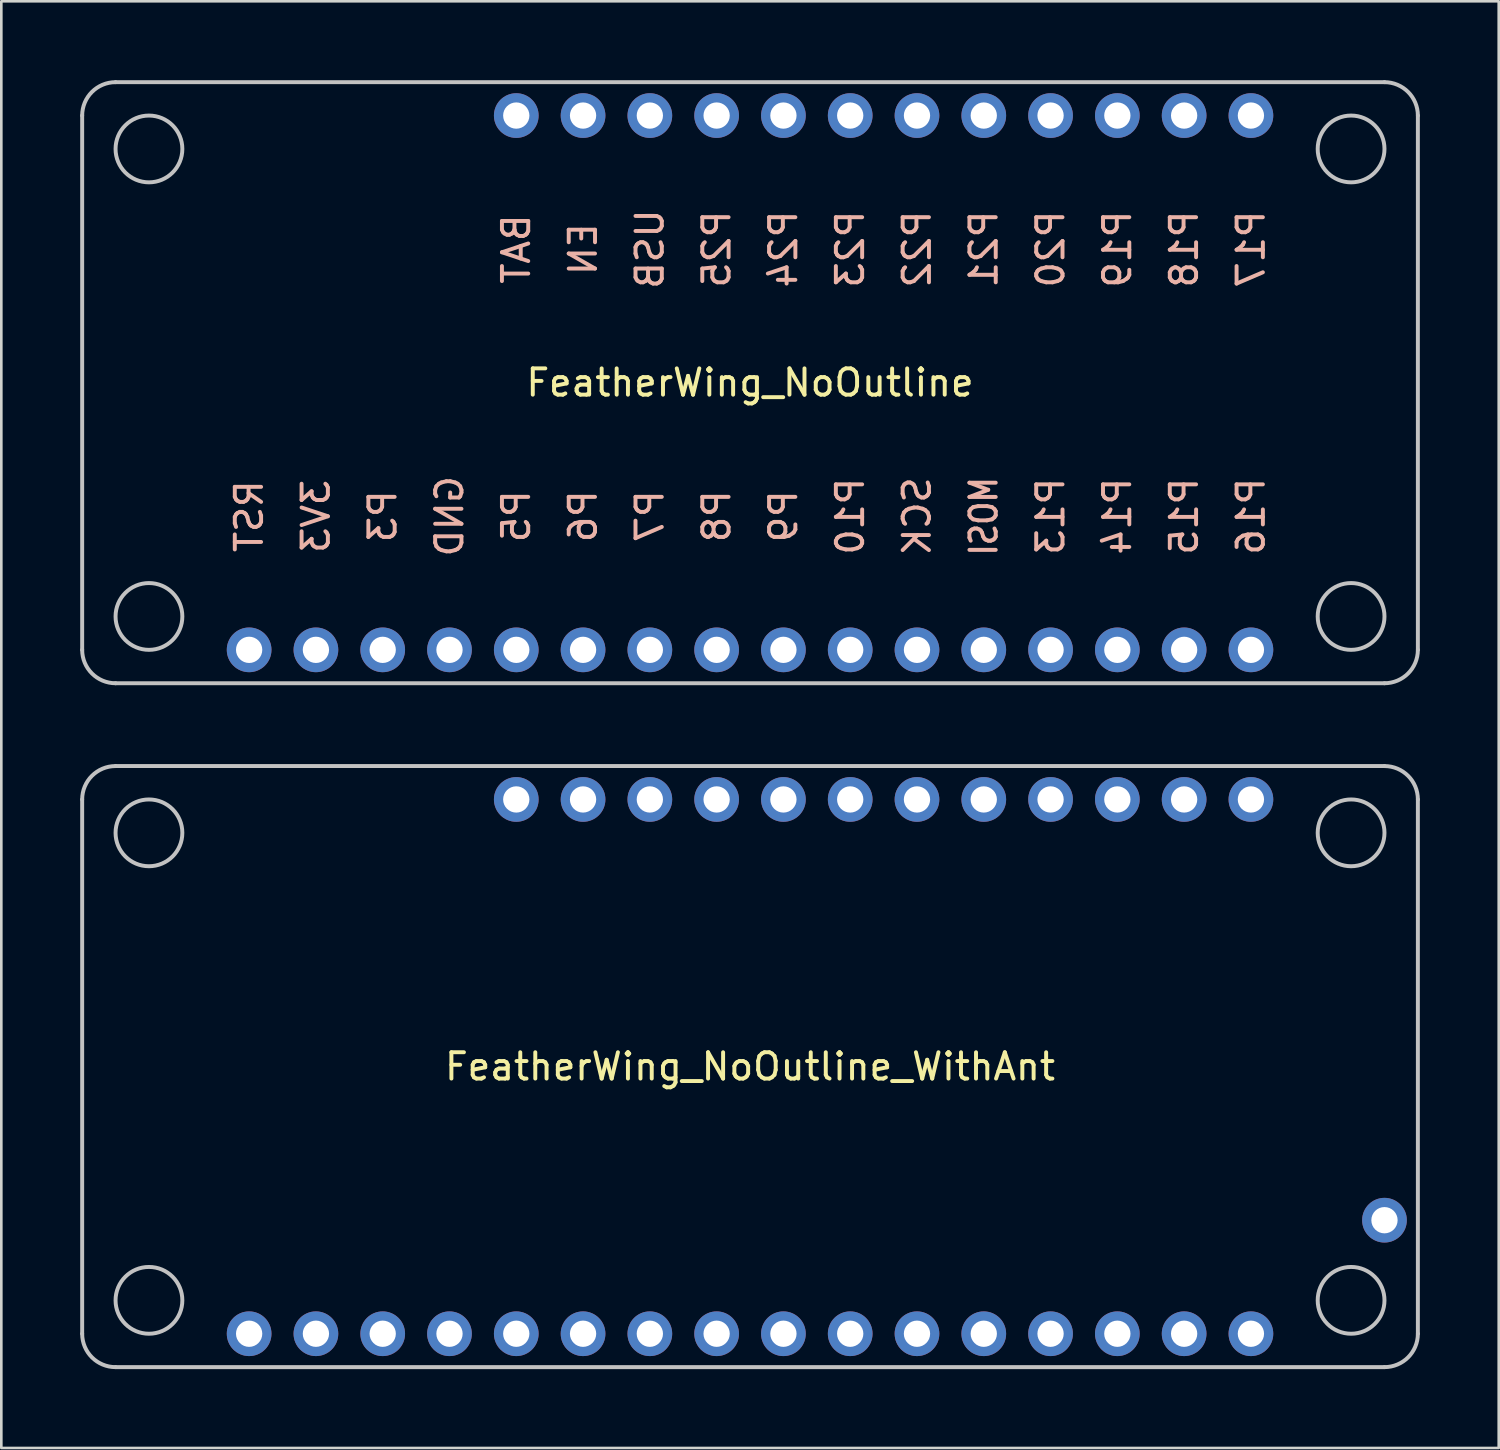
<source format=kicad_pcb>
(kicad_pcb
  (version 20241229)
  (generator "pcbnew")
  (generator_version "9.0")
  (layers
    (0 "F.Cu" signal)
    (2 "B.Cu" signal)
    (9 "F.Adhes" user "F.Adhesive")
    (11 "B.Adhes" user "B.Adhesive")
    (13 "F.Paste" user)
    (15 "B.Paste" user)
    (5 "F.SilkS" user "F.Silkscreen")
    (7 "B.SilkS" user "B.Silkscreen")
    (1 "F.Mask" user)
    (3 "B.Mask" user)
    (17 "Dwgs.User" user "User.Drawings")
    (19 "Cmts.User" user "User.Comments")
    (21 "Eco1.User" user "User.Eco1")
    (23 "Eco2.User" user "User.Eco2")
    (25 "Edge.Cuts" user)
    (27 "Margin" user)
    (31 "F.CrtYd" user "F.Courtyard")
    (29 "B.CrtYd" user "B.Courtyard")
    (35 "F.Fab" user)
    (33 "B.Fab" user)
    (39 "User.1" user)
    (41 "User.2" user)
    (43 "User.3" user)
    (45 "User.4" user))
  (footprint "FeatherWing_NoOutline"
    (layer "F.Cu")
    (at 25.475 11.505)
    (property "Reference" "FeatherWing_NoOutline" (at 0 0 0) (layer "F.SilkS") (effects (font (size 1 1) (thickness 0.15))))
    (attr through_hole)
    (fp_line (start -25.4 10.16) (end -25.4 -10.16) (stroke (width 0.15) (type solid)) (layer "Dwgs.User"))
    (fp_line (start -24.13 -11.43) (end 24.13 -11.43) (stroke (width 0.15) (type solid)) (layer "Dwgs.User"))
    (fp_line (start 24.13 11.43) (end -24.13 11.43) (stroke (width 0.15) (type solid)) (layer "Dwgs.User"))
    (fp_line (start 25.4 -10.16) (end 25.4 10.16) (stroke (width 0.15) (type solid)) (layer "Dwgs.User"))
    (fp_arc (start -25.4 -10.16) (mid -25.028026 -11.058026) (end -24.13 -11.43) (stroke (width 0.15) (type solid)) (layer "Dwgs.User"))
    (fp_arc (start -24.13 11.43) (mid -25.028026 11.058026) (end -25.4 10.16) (stroke (width 0.15) (type solid)) (layer "Dwgs.User"))
    (fp_arc (start 24.13 -11.43) (mid 25.028026 -11.058026) (end 25.4 -10.16) (stroke (width 0.15) (type solid)) (layer "Dwgs.User"))
    (fp_arc (start 25.4 10.16) (mid 25.028026 11.058026) (end 24.13 11.43) (stroke (width 0.15) (type solid)) (layer "Dwgs.User"))
    (fp_circle (center -22.86 -8.89) (end -21.59 -8.89) (stroke (width 0.15) (type solid)) (fill no) (layer "Dwgs.User"))
    (fp_circle (center -22.86 8.89) (end -21.59 8.89) (stroke (width 0.15) (type solid)) (fill no) (layer "Dwgs.User"))
    (fp_circle (center 22.86 -8.89) (end 21.59 -8.89) (stroke (width 0.15) (type solid)) (fill no) (layer "Dwgs.User"))
    (fp_circle (center 22.86 8.89) (end 21.59 8.89) (stroke (width 0.15) (type solid)) (fill no) (layer "Dwgs.User"))
    (fp_text user "RST" (at -19.05 5.08 90) (layer "B.SilkS") (effects (font (size 1 1) (thickness 0.15)) (justify mirror)))
    (fp_text user "P16" (at 19.05 5.08 90) (layer "B.SilkS") (effects (font (size 1 1) (thickness 0.15)) (justify mirror)))
    (fp_text user "P13" (at 11.43 5.08 90) (layer "B.SilkS") (effects (font (size 1 1) (thickness 0.15)) (justify mirror)))
    (fp_text user "P15" (at 16.51 5.08 90) (layer "B.SilkS") (effects (font (size 1 1) (thickness 0.15)) (justify mirror)))
    (fp_text user "P14" (at 13.97 5.08 90) (layer "B.SilkS") (effects (font (size 1 1) (thickness 0.15)) (justify mirror)))
    (fp_text user "GND" (at -11.43 5.08 90) (layer "B.SilkS") (effects (font (size 1 1) (thickness 0.15)) (justify mirror)))
    (fp_text user "BAT" (at -8.89 -5.08 90) (layer "B.SilkS") (effects (font (size 1 1) (thickness 0.15)) (justify mirror)))
    (fp_text user "EN" (at -6.35 -5.08 90) (layer "B.SilkS") (effects (font (size 1 1) (thickness 0.15)) (justify mirror)))
    (fp_text user "P20" (at 11.43 -5.08 90) (layer "B.SilkS") (effects (font (size 1 1) (thickness 0.15)) (justify mirror)))
    (fp_text user "P18" (at 16.51 -5.08 90) (layer "B.SilkS") (effects (font (size 1 1) (thickness 0.15)) (justify mirror)))
    (fp_text user "MOSI" (at 8.89 5.08 90) (layer "B.SilkS") (effects (font (size 1 0.813) (thickness 0.15)) (justify mirror)))
    (fp_text user "P21" (at 8.89 -5.08 90) (layer "B.SilkS") (effects (font (size 1 1) (thickness 0.15)) (justify mirror)))
    (fp_text user "P19" (at 13.97 -5.08 90) (layer "B.SilkS") (effects (font (size 1 1) (thickness 0.15)) (justify mirror)))
    (fp_text user "P25" (at -1.27 -5.08 90) (layer "B.SilkS") (effects (font (size 1 1) (thickness 0.15)) (justify mirror)))
    (fp_text user "P3" (at -13.97 5.08 90) (layer "B.SilkS") (effects (font (size 1 1) (thickness 0.15)) (justify mirror)))
    (fp_text user "USB" (at -3.81 -5.08 90) (layer "B.SilkS") (effects (font (size 1 1) (thickness 0.15)) (justify mirror)))
    (fp_text user "SCK" (at 6.35 5.08 90) (layer "B.SilkS") (effects (font (size 1 1) (thickness 0.15)) (justify mirror)))
    (fp_text user "P10" (at 3.81 5.08 90) (layer "B.SilkS") (effects (font (size 1 1) (thickness 0.15)) (justify mirror)))
    (fp_text user "P17" (at 19.05 -5.08 90) (layer "B.SilkS") (effects (font (size 1 1) (thickness 0.15)) (justify mirror)))
    (fp_text user "P9" (at 1.27 5.08 90) (layer "B.SilkS") (effects (font (size 1 1) (thickness 0.15)) (justify mirror)))
    (fp_text user "P24" (at 1.27 -5.08 90) (layer "B.SilkS") (effects (font (size 1 1) (thickness 0.15)) (justify mirror)))
    (fp_text user "P7" (at -3.81 5.08 90) (layer "B.SilkS") (effects (font (size 1 1) (thickness 0.15)) (justify mirror)))
    (fp_text user "P22" (at 6.35 -5.08 90) (layer "B.SilkS") (effects (font (size 1 1) (thickness 0.15)) (justify mirror)))
    (fp_text user "P6" (at -6.35 5.08 90) (layer "B.SilkS") (effects (font (size 1 1) (thickness 0.15)) (justify mirror)))
    (fp_text user "3V3" (at -16.51 5.08 90) (layer "B.SilkS") (effects (font (size 1 1) (thickness 0.15)) (justify mirror)))
    (fp_text user "P5" (at -8.89 5.08 90) (layer "B.SilkS") (effects (font (size 1 1) (thickness 0.15)) (justify mirror)))
    (fp_text user "P23" (at 3.81 -5.08 90) (layer "B.SilkS") (effects (font (size 1 1) (thickness 0.15)) (justify mirror)))
    (fp_text user "P8" (at -1.27 5.08 90) (layer "B.SilkS") (effects (font (size 1 1) (thickness 0.15)) (justify mirror)))
    (pad "1" thru_hole circle (at -19.05 10.16) (size 1.7 1.7) (drill 1) (layers "*.Cu" "*.Mask"))
    (pad "2" thru_hole circle (at -16.51 10.16) (size 1.7 1.7) (drill 1) (layers "*.Cu" "*.Mask"))
    (pad "3" thru_hole circle (at -13.97 10.16) (size 1.7 1.7) (drill 1) (layers "*.Cu" "*.Mask"))
    (pad "4" thru_hole circle (at -11.43 10.16) (size 1.7 1.7) (drill 1) (layers "*.Cu" "*.Mask"))
    (pad "5" thru_hole circle (at -8.89 10.16) (size 1.7 1.7) (drill 1) (layers "*.Cu" "*.Mask"))
    (pad "6" thru_hole circle (at -6.35 10.16) (size 1.7 1.7) (drill 1) (layers "*.Cu" "*.Mask"))
    (pad "7" thru_hole circle (at -3.81 10.16) (size 1.7 1.7) (drill 1) (layers "*.Cu" "*.Mask"))
    (pad "8" thru_hole circle (at -1.27 10.16) (size 1.7 1.7) (drill 1) (layers "*.Cu" "*.Mask"))
    (pad "9" thru_hole circle (at 1.27 10.16) (size 1.7 1.7) (drill 1) (layers "*.Cu" "*.Mask"))
    (pad "10" thru_hole circle (at 3.81 10.16) (size 1.7 1.7) (drill 1) (layers "*.Cu" "*.Mask"))
    (pad "11" thru_hole circle (at 6.35 10.16) (size 1.7 1.7) (drill 1) (layers "*.Cu" "*.Mask"))
    (pad "12" thru_hole circle (at 8.89 10.16) (size 1.7 1.7) (drill 1) (layers "*.Cu" "*.Mask"))
    (pad "13" thru_hole circle (at 11.43 10.16) (size 1.7 1.7) (drill 1) (layers "*.Cu" "*.Mask"))
    (pad "14" thru_hole circle (at 13.97 10.16) (size 1.7 1.7) (drill 1) (layers "*.Cu" "*.Mask"))
    (pad "15" thru_hole circle (at 16.51 10.16) (size 1.7 1.7) (drill 1) (layers "*.Cu" "*.Mask"))
    (pad "16" thru_hole circle (at 19.05 10.16) (size 1.7 1.7) (drill 1) (layers "*.Cu" "*.Mask"))
    (pad "17" thru_hole circle (at 19.05 -10.16) (size 1.7 1.7) (drill 1) (layers "*.Cu" "*.Mask"))
    (pad "18" thru_hole circle (at 16.51 -10.16) (size 1.7 1.7) (drill 1) (layers "*.Cu" "*.Mask"))
    (pad "19" thru_hole circle (at 13.97 -10.16) (size 1.7 1.7) (drill 1) (layers "*.Cu" "*.Mask"))
    (pad "20" thru_hole circle (at 11.43 -10.16) (size 1.7 1.7) (drill 1) (layers "*.Cu" "*.Mask"))
    (pad "21" thru_hole circle (at 8.89 -10.16) (size 1.7 1.7) (drill 1) (layers "*.Cu" "*.Mask"))
    (pad "22" thru_hole circle (at 6.35 -10.16) (size 1.7 1.7) (drill 1) (layers "*.Cu" "*.Mask"))
    (pad "23" thru_hole circle (at 3.81 -10.16) (size 1.7 1.7) (drill 1) (layers "*.Cu" "*.Mask"))
    (pad "24" thru_hole circle (at 1.27 -10.16) (size 1.7 1.7) (drill 1) (layers "*.Cu" "*.Mask"))
    (pad "25" thru_hole circle (at -1.27 -10.16) (size 1.7 1.7) (drill 1) (layers "*.Cu" "*.Mask"))
    (pad "26" thru_hole circle (at -3.81 -10.16) (size 1.7 1.7) (drill 1) (layers "*.Cu" "*.Mask"))
    (pad "27" thru_hole circle (at -6.35 -10.16) (size 1.7 1.7) (drill 1) (layers "*.Cu" "*.Mask"))
    (pad "28" thru_hole circle (at -8.89 -10.16) (size 1.7 1.7) (drill 1) (layers "*.Cu" "*.Mask")))
  (footprint "FeatherWing_NoOutline_WithAnt"
    (layer "F.Cu")
    (at 25.475 37.515)
    (property "Reference" "FeatherWing_NoOutline_WithAnt" (at 0 0 0) (layer "F.SilkS") (effects (font (size 1 1) (thickness 0.15))))
    (attr through_hole)
    (fp_line (start -25.4 10.16) (end -25.4 -10.16) (stroke (width 0.15) (type solid)) (layer "Dwgs.User"))
    (fp_line (start -24.13 -11.43) (end 24.13 -11.43) (stroke (width 0.15) (type solid)) (layer "Dwgs.User"))
    (fp_line (start 24.13 11.43) (end -24.13 11.43) (stroke (width 0.15) (type solid)) (layer "Dwgs.User"))
    (fp_line (start 25.4 -10.16) (end 25.4 10.16) (stroke (width 0.15) (type solid)) (layer "Dwgs.User"))
    (fp_arc (start -25.4 -10.16) (mid -25.028026 -11.058026) (end -24.13 -11.43) (stroke (width 0.15) (type solid)) (layer "Dwgs.User"))
    (fp_arc (start -24.13 11.43) (mid -25.028026 11.058026) (end -25.4 10.16) (stroke (width 0.15) (type solid)) (layer "Dwgs.User"))
    (fp_arc (start 24.13 -11.43) (mid 25.028026 -11.058026) (end 25.4 -10.16) (stroke (width 0.15) (type solid)) (layer "Dwgs.User"))
    (fp_arc (start 25.4 10.16) (mid 25.028026 11.058026) (end 24.13 11.43) (stroke (width 0.15) (type solid)) (layer "Dwgs.User"))
    (fp_circle (center -22.86 -8.89) (end -21.59 -8.89) (stroke (width 0.15) (type solid)) (fill no) (layer "Dwgs.User"))
    (fp_circle (center -22.86 8.89) (end -21.59 8.89) (stroke (width 0.15) (type solid)) (fill no) (layer "Dwgs.User"))
    (fp_circle (center 22.86 -8.89) (end 21.59 -8.89) (stroke (width 0.15) (type solid)) (fill no) (layer "Dwgs.User"))
    (fp_circle (center 22.86 8.89) (end 21.59 8.89) (stroke (width 0.15) (type solid)) (fill no) (layer "Dwgs.User"))
    (pad "1" thru_hole circle (at -19.05 10.16) (size 1.7 1.7) (drill 1) (layers "*.Cu" "*.Mask"))
    (pad "2" thru_hole circle (at -16.51 10.16) (size 1.7 1.7) (drill 1) (layers "*.Cu" "*.Mask"))
    (pad "3" thru_hole circle (at -13.97 10.16) (size 1.7 1.7) (drill 1) (layers "*.Cu" "*.Mask"))
    (pad "4" thru_hole circle (at -11.43 10.16) (size 1.7 1.7) (drill 1) (layers "*.Cu" "*.Mask"))
    (pad "5" thru_hole circle (at -8.89 10.16) (size 1.7 1.7) (drill 1) (layers "*.Cu" "*.Mask"))
    (pad "6" thru_hole circle (at -6.35 10.16) (size 1.7 1.7) (drill 1) (layers "*.Cu" "*.Mask"))
    (pad "7" thru_hole circle (at -3.81 10.16) (size 1.7 1.7) (drill 1) (layers "*.Cu" "*.Mask"))
    (pad "8" thru_hole circle (at -1.27 10.16) (size 1.7 1.7) (drill 1) (layers "*.Cu" "*.Mask"))
    (pad "9" thru_hole circle (at 1.27 10.16) (size 1.7 1.7) (drill 1) (layers "*.Cu" "*.Mask"))
    (pad "10" thru_hole circle (at 3.81 10.16) (size 1.7 1.7) (drill 1) (layers "*.Cu" "*.Mask"))
    (pad "11" thru_hole circle (at 6.35 10.16) (size 1.7 1.7) (drill 1) (layers "*.Cu" "*.Mask"))
    (pad "12" thru_hole circle (at 8.89 10.16) (size 1.7 1.7) (drill 1) (layers "*.Cu" "*.Mask"))
    (pad "13" thru_hole circle (at 11.43 10.16) (size 1.7 1.7) (drill 1) (layers "*.Cu" "*.Mask"))
    (pad "14" thru_hole circle (at 13.97 10.16) (size 1.7 1.7) (drill 1) (layers "*.Cu" "*.Mask"))
    (pad "15" thru_hole circle (at 16.51 10.16) (size 1.7 1.7) (drill 1) (layers "*.Cu" "*.Mask"))
    (pad "16" thru_hole circle (at 19.05 10.16) (size 1.7 1.7) (drill 1) (layers "*.Cu" "*.Mask"))
    (pad "17" thru_hole circle (at 19.05 -10.16) (size 1.7 1.7) (drill 1) (layers "*.Cu" "*.Mask"))
    (pad "18" thru_hole circle (at 16.51 -10.16) (size 1.7 1.7) (drill 1) (layers "*.Cu" "*.Mask"))
    (pad "19" thru_hole circle (at 13.97 -10.16) (size 1.7 1.7) (drill 1) (layers "*.Cu" "*.Mask"))
    (pad "20" thru_hole circle (at 11.43 -10.16) (size 1.7 1.7) (drill 1) (layers "*.Cu" "*.Mask"))
    (pad "21" thru_hole circle (at 8.89 -10.16) (size 1.7 1.7) (drill 1) (layers "*.Cu" "*.Mask"))
    (pad "22" thru_hole circle (at 6.35 -10.16) (size 1.7 1.7) (drill 1) (layers "*.Cu" "*.Mask"))
    (pad "23" thru_hole circle (at 3.81 -10.16) (size 1.7 1.7) (drill 1) (layers "*.Cu" "*.Mask"))
    (pad "24" thru_hole circle (at 1.27 -10.16) (size 1.7 1.7) (drill 1) (layers "*.Cu" "*.Mask"))
    (pad "25" thru_hole circle (at -1.27 -10.16) (size 1.7 1.7) (drill 1) (layers "*.Cu" "*.Mask"))
    (pad "26" thru_hole circle (at -3.81 -10.16) (size 1.7 1.7) (drill 1) (layers "*.Cu" "*.Mask"))
    (pad "27" thru_hole circle (at -6.35 -10.16) (size 1.7 1.7) (drill 1) (layers "*.Cu" "*.Mask"))
    (pad "28" thru_hole circle (at -8.89 -10.16) (size 1.7 1.7) (drill 1) (layers "*.Cu" "*.Mask"))
    (pad "29" thru_hole circle (at 24.13 5.842) (size 1.7 1.7) (drill 1) (layers "*.Cu" "*.Mask")))
  (gr_rect
    (start -3 -3)
    (end 53.95 52.02)
    (stroke (width 0.1) (type default))
    (fill no)
    (layer "Edge.Cuts")))
</source>
